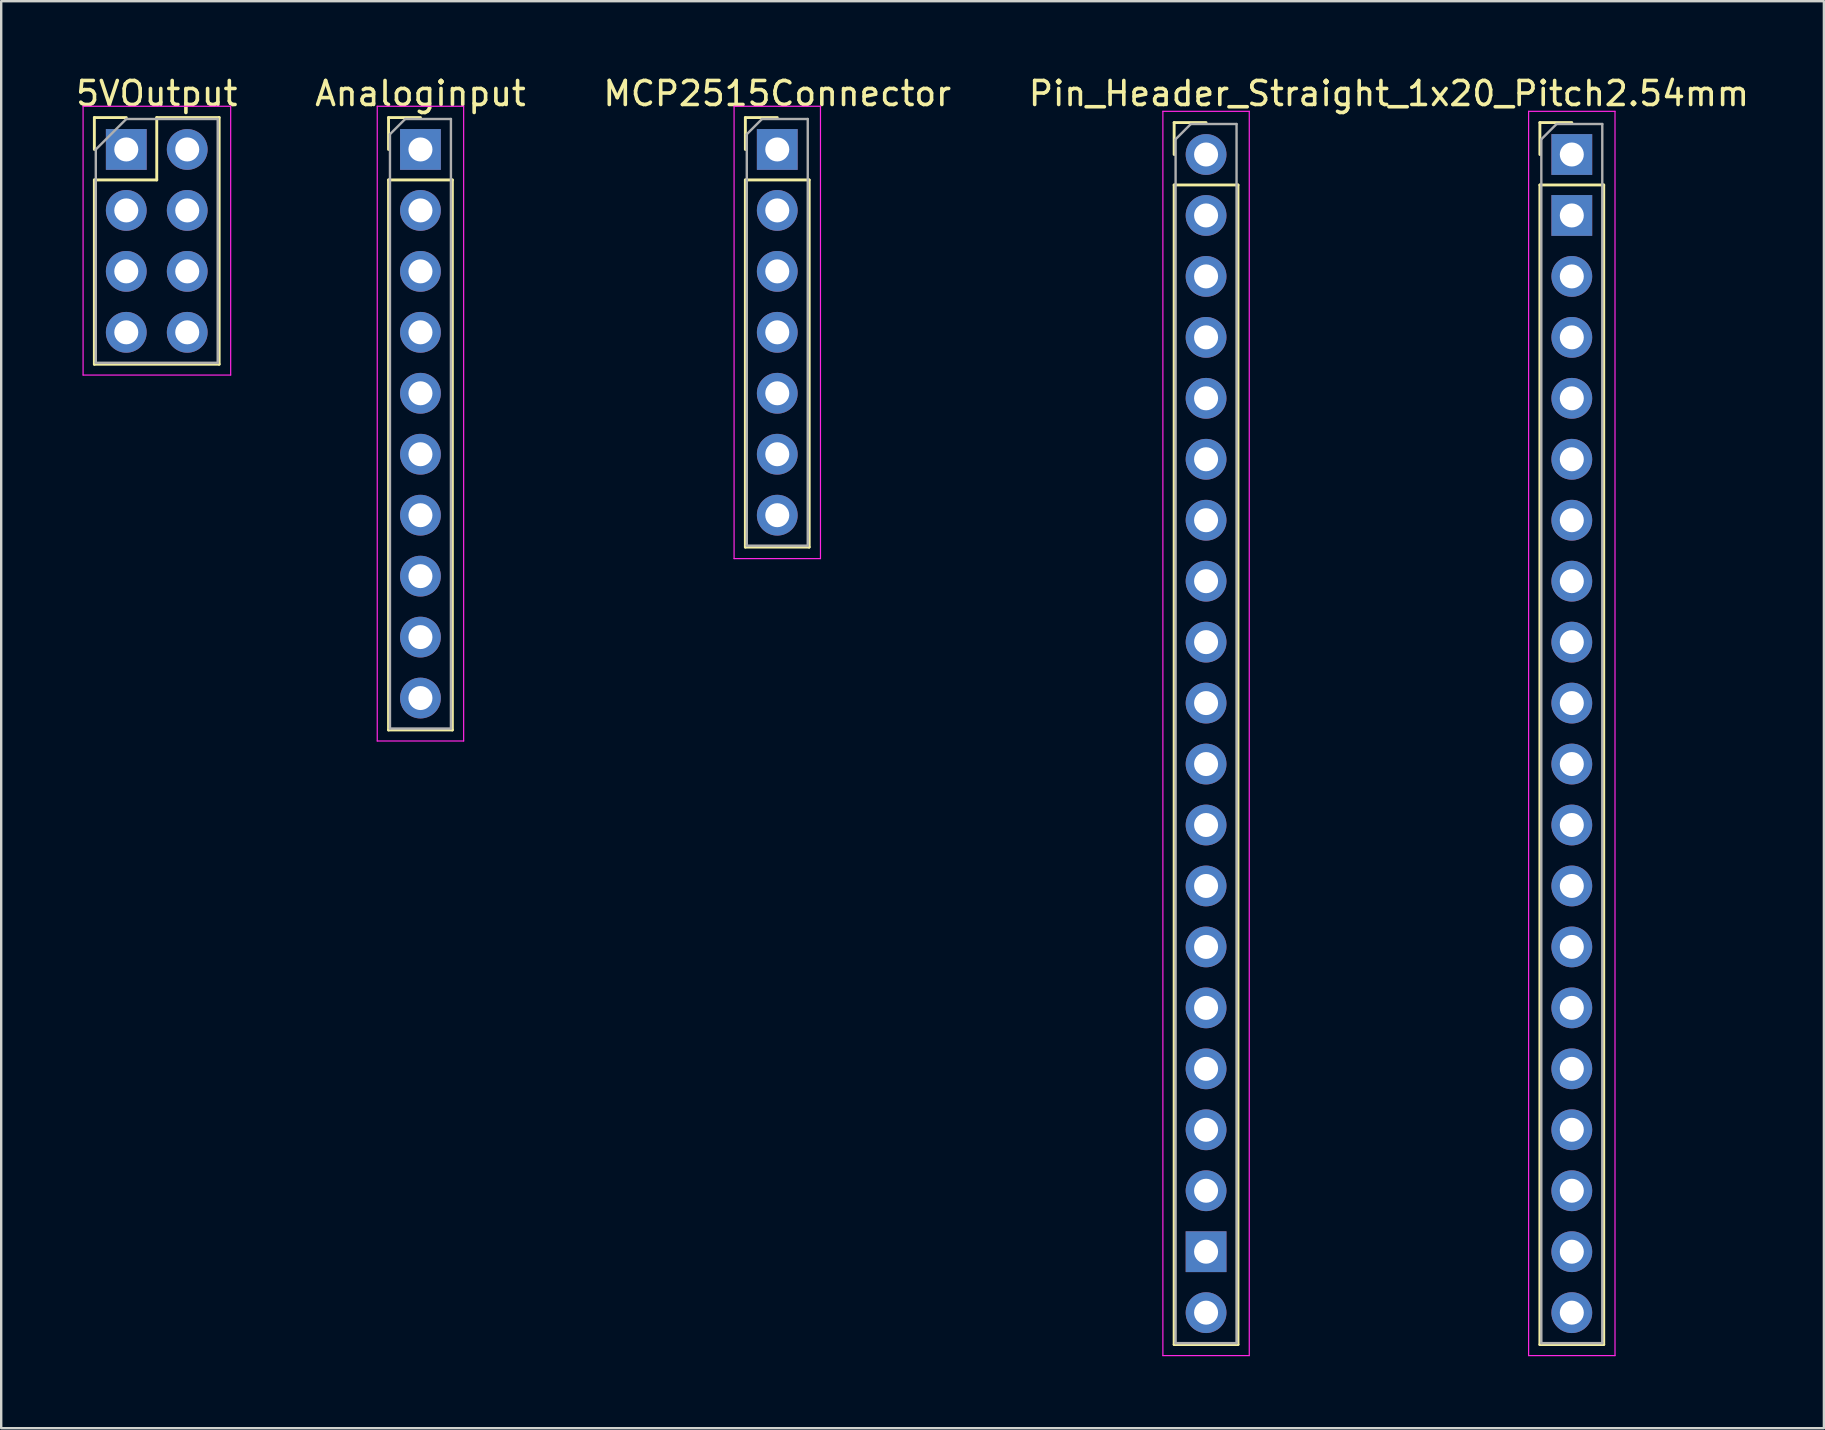
<source format=kicad_pcb>
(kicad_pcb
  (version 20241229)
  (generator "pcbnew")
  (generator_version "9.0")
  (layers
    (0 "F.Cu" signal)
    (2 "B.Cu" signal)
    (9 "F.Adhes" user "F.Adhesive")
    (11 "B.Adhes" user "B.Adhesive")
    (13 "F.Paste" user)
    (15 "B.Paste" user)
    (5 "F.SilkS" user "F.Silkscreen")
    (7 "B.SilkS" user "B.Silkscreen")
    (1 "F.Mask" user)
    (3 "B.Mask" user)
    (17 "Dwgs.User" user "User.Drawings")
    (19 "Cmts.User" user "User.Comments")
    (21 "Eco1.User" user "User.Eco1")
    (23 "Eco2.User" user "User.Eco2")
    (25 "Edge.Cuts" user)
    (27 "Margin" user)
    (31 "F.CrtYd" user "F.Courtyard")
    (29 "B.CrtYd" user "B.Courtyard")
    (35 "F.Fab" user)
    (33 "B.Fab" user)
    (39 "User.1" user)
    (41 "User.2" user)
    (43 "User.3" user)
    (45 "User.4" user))
  (footprint "5VOutput"
    (layer "F.Cu")
    (at 2.212 3.178)
    (property "Reference" "5VOutput" (at 1.27 -2.33 0) (layer "F.SilkS") (effects (font (size 1 1) (thickness 0.15))))
    (attr through_hole)
    (fp_line (start -1.33 -1.33) (end 0 -1.33) (stroke (width 0.12) (type solid)) (layer "F.SilkS"))
    (fp_line (start -1.33 0) (end -1.33 -1.33) (stroke (width 0.12) (type solid)) (layer "F.SilkS"))
    (fp_line (start -1.33 1.27) (end -1.33 8.95) (stroke (width 0.12) (type solid)) (layer "F.SilkS"))
    (fp_line (start -1.33 1.27) (end 1.27 1.27) (stroke (width 0.12) (type solid)) (layer "F.SilkS"))
    (fp_line (start -1.33 8.95) (end 3.87 8.95) (stroke (width 0.12) (type solid)) (layer "F.SilkS"))
    (fp_line (start 1.27 -1.33) (end 3.87 -1.33) (stroke (width 0.12) (type solid)) (layer "F.SilkS"))
    (fp_line (start 1.27 1.27) (end 1.27 -1.33) (stroke (width 0.12) (type solid)) (layer "F.SilkS"))
    (fp_line (start 3.87 -1.33) (end 3.87 8.95) (stroke (width 0.12) (type solid)) (layer "F.SilkS"))
    (fp_line (start -1.8 -1.8) (end -1.8 9.4) (stroke (width 0.05) (type solid)) (layer "F.CrtYd"))
    (fp_line (start -1.8 9.4) (end 4.35 9.4) (stroke (width 0.05) (type solid)) (layer "F.CrtYd"))
    (fp_line (start 4.35 -1.8) (end -1.8 -1.8) (stroke (width 0.05) (type solid)) (layer "F.CrtYd"))
    (fp_line (start 4.35 9.4) (end 4.35 -1.8) (stroke (width 0.05) (type solid)) (layer "F.CrtYd"))
    (fp_line (start -1.27 0) (end 0 -1.27) (stroke (width 0.1) (type solid)) (layer "F.Fab"))
    (fp_line (start -1.27 8.89) (end -1.27 0) (stroke (width 0.1) (type solid)) (layer "F.Fab"))
    (fp_line (start 0 -1.27) (end 3.81 -1.27) (stroke (width 0.1) (type solid)) (layer "F.Fab"))
    (fp_line (start 3.81 -1.27) (end 3.81 8.89) (stroke (width 0.1) (type solid)) (layer "F.Fab"))
    (fp_line (start 3.81 8.89) (end -1.27 8.89) (stroke (width 0.1) (type solid)) (layer "F.Fab"))
    (pad "1a" thru_hole rect (at 0 0) (size 1.7 1.7) (drill 1) (layers "*.Cu" "*.Mask"))
    (pad "1b" thru_hole oval (at 2.54 0) (size 1.7 1.7) (drill 1) (layers "*.Cu" "*.Mask"))
    (pad "2a" thru_hole oval (at 0 2.54) (size 1.7 1.7) (drill 1) (layers "*.Cu" "*.Mask"))
    (pad "2b" thru_hole oval (at 2.54 2.54) (size 1.7 1.7) (drill 1) (layers "*.Cu" "*.Mask"))
    (pad "3a" thru_hole oval (at 0 5.08) (size 1.7 1.7) (drill 1) (layers "*.Cu" "*.Mask"))
    (pad "3b" thru_hole oval (at 2.54 5.08) (size 1.7 1.7) (drill 1) (layers "*.Cu" "*.Mask"))
    (pad "4a" thru_hole oval (at 0 7.62) (size 1.7 1.7) (drill 1) (layers "*.Cu" "*.Mask"))
    (pad "4b" thru_hole oval (at 2.54 7.62) (size 1.7 1.7) (drill 1) (layers "*.Cu" "*.Mask")))
  (footprint "Pin_Header_Straight_1x20_Pitch2.54mm"
    (layer "F.Cu")
    (at 62.447 3.388)
    (property "Reference" "Pin_Header_Straight_1x20_Pitch2.54mm" (at -7.62 -2.54 0) (layer "F.SilkS") (effects (font (size 1 1) (thickness 0.15))))
    (attr through_hole)
    (fp_line (start -16.57 -1.33) (end -15.24 -1.33) (stroke (width 0.12) (type solid)) (layer "F.SilkS"))
    (fp_line (start -16.57 0) (end -16.57 -1.33) (stroke (width 0.12) (type solid)) (layer "F.SilkS"))
    (fp_line (start -16.57 1.27) (end -16.57 49.59) (stroke (width 0.12) (type solid)) (layer "F.SilkS"))
    (fp_line (start -16.57 1.27) (end -13.91 1.27) (stroke (width 0.12) (type solid)) (layer "F.SilkS"))
    (fp_line (start -16.57 49.59) (end -13.91 49.59) (stroke (width 0.12) (type solid)) (layer "F.SilkS"))
    (fp_line (start -13.91 1.27) (end -13.91 49.59) (stroke (width 0.12) (type solid)) (layer "F.SilkS"))
    (fp_line (start -1.33 -1.33) (end 0 -1.33) (stroke (width 0.12) (type solid)) (layer "F.SilkS"))
    (fp_line (start -1.33 0) (end -1.33 -1.33) (stroke (width 0.12) (type solid)) (layer "F.SilkS"))
    (fp_line (start -1.33 1.27) (end -1.33 49.59) (stroke (width 0.12) (type solid)) (layer "F.SilkS"))
    (fp_line (start -1.33 1.27) (end 1.33 1.27) (stroke (width 0.12) (type solid)) (layer "F.SilkS"))
    (fp_line (start -1.33 49.59) (end 1.33 49.59) (stroke (width 0.12) (type solid)) (layer "F.SilkS"))
    (fp_line (start 1.33 1.27) (end 1.33 49.59) (stroke (width 0.12) (type solid)) (layer "F.SilkS"))
    (fp_line (start -17.04 -1.8) (end -17.04 50.05) (stroke (width 0.05) (type solid)) (layer "F.CrtYd"))
    (fp_line (start -17.04 50.05) (end -13.44 50.05) (stroke (width 0.05) (type solid)) (layer "F.CrtYd"))
    (fp_line (start -13.44 -1.8) (end -17.04 -1.8) (stroke (width 0.05) (type solid)) (layer "F.CrtYd"))
    (fp_line (start -13.44 50.05) (end -13.44 -1.8) (stroke (width 0.05) (type solid)) (layer "F.CrtYd"))
    (fp_line (start -1.8 -1.8) (end -1.8 50.05) (stroke (width 0.05) (type solid)) (layer "F.CrtYd"))
    (fp_line (start -1.8 50.05) (end 1.8 50.05) (stroke (width 0.05) (type solid)) (layer "F.CrtYd"))
    (fp_line (start 1.8 -1.8) (end -1.8 -1.8) (stroke (width 0.05) (type solid)) (layer "F.CrtYd"))
    (fp_line (start 1.8 50.05) (end 1.8 -1.8) (stroke (width 0.05) (type solid)) (layer "F.CrtYd"))
    (fp_line (start -16.51 -0.635) (end -15.875 -1.27) (stroke (width 0.1) (type solid)) (layer "F.Fab"))
    (fp_line (start -16.51 49.53) (end -16.51 -0.635) (stroke (width 0.1) (type solid)) (layer "F.Fab"))
    (fp_line (start -15.875 -1.27) (end -13.97 -1.27) (stroke (width 0.1) (type solid)) (layer "F.Fab"))
    (fp_line (start -13.97 -1.27) (end -13.97 49.53) (stroke (width 0.1) (type solid)) (layer "F.Fab"))
    (fp_line (start -13.97 49.53) (end -16.51 49.53) (stroke (width 0.1) (type solid)) (layer "F.Fab"))
    (fp_line (start -1.27 -0.635) (end -0.635 -1.27) (stroke (width 0.1) (type solid)) (layer "F.Fab"))
    (fp_line (start -1.27 49.53) (end -1.27 -0.635) (stroke (width 0.1) (type solid)) (layer "F.Fab"))
    (fp_line (start -0.635 -1.27) (end 1.27 -1.27) (stroke (width 0.1) (type solid)) (layer "F.Fab"))
    (fp_line (start 1.27 -1.27) (end 1.27 49.53) (stroke (width 0.1) (type solid)) (layer "F.Fab"))
    (fp_line (start 1.27 49.53) (end -1.27 49.53) (stroke (width 0.1) (type solid)) (layer "F.Fab"))
    (pad "3V3" thru_hole oval (at -15.24 48.26) (size 1.7 1.7) (drill 1) (layers "*.Cu" "*.Mask"))
    (pad "3V3" thru_hole oval (at 0 5.08) (size 1.7 1.7) (drill 1) (layers "*.Cu" "*.Mask"))
    (pad "5V" thru_hole oval (at -15.24 43.18) (size 1.7 1.7) (drill 1) (layers "*.Cu" "*.Mask"))
    (pad "GND" thru_hole rect (at -15.24 45.72) (size 1.7 1.7) (drill 1) (layers "*.Cu" "*.Mask"))
    (pad "GND" thru_hole rect (at 0 0) (size 1.7 1.7) (drill 1) (layers "*.Cu" "*.Mask"))
    (pad "GND" thru_hole rect (at 0 2.54) (size 1.7 1.7) (drill 1) (layers "*.Cu" "*.Mask"))
    (pad "PA0" thru_hole oval (at 0 38.1) (size 1.7 1.7) (drill 1) (layers "*.Cu" "*.Mask"))
    (pad "PA1" thru_hole oval (at 0 35.56) (size 1.7 1.7) (drill 1) (layers "*.Cu" "*.Mask"))
    (pad "PA2" thru_hole oval (at 0 33.02) (size 1.7 1.7) (drill 1) (layers "*.Cu" "*.Mask"))
    (pad "PA3" thru_hole oval (at 0 30.48) (size 1.7 1.7) (drill 1) (layers "*.Cu" "*.Mask"))
    (pad "PA4" thru_hole oval (at 0 27.94) (size 1.7 1.7) (drill 1) (layers "*.Cu" "*.Mask"))
    (pad "PA5" thru_hole oval (at 0 25.4) (size 1.7 1.7) (drill 1) (layers "*.Cu" "*.Mask"))
    (pad "PA6" thru_hole oval (at 0 22.86) (size 1.7 1.7) (drill 1) (layers "*.Cu" "*.Mask"))
    (pad "PA7" thru_hole oval (at 0 20.32) (size 1.7 1.7) (drill 1) (layers "*.Cu" "*.Mask"))
    (pad "PA8" thru_hole oval (at -15.24 10.16) (size 1.7 1.7) (drill 1) (layers "*.Cu" "*.Mask"))
    (pad "PA9" thru_hole oval (at -15.24 12.7) (size 1.7 1.7) (drill 1) (layers "*.Cu" "*.Mask"))
    (pad "PA10" thru_hole oval (at -15.24 15.24) (size 1.7 1.7) (drill 1) (layers "*.Cu" "*.Mask"))
    (pad "PA11" thru_hole oval (at -15.24 17.78) (size 1.7 1.7) (drill 1) (layers "*.Cu" "*.Mask"))
    (pad "PA12" thru_hole oval (at -15.24 20.32) (size 1.7 1.7) (drill 1) (layers "*.Cu" "*.Mask"))
    (pad "PA15" thru_hole oval (at -15.24 22.86) (size 1.7 1.7) (drill 1) (layers "*.Cu" "*.Mask"))
    (pad "PB0" thru_hole oval (at 0 17.78) (size 1.7 1.7) (drill 1) (layers "*.Cu" "*.Mask"))
    (pad "PB1" thru_hole oval (at 0 15.24) (size 1.7 1.7) (drill 1) (layers "*.Cu" "*.Mask"))
    (pad "PB3" thru_hole oval (at -15.24 25.4) (size 1.7 1.7) (drill 1) (layers "*.Cu" "*.Mask"))
    (pad "PB4" thru_hole oval (at -15.24 27.94) (size 1.7 1.7) (drill 1) (layers "*.Cu" "*.Mask"))
    (pad "PB5" thru_hole oval (at -15.24 30.48) (size 1.7 1.7) (drill 1) (layers "*.Cu" "*.Mask"))
    (pad "PB6" thru_hole oval (at -15.24 33.02) (size 1.7 1.7) (drill 1) (layers "*.Cu" "*.Mask"))
    (pad "PB7" thru_hole oval (at -15.24 35.56) (size 1.7 1.7) (drill 1) (layers "*.Cu" "*.Mask"))
    (pad "PB8" thru_hole oval (at -15.24 38.1) (size 1.7 1.7) (drill 1) (layers "*.Cu" "*.Mask"))
    (pad "PB9" thru_hole oval (at -15.24 40.64) (size 1.7 1.7) (drill 1) (layers "*.Cu" "*.Mask"))
    (pad "PB10" thru_hole oval (at 0 12.7) (size 1.7 1.7) (drill 1) (layers "*.Cu" "*.Mask"))
    (pad "PB11" thru_hole oval (at 0 10.16) (size 1.7 1.7) (drill 1) (layers "*.Cu" "*.Mask"))
    (pad "PB12" thru_hole circle (at -15.24 0) (size 1.7 1.7) (drill 1) (layers "*.Cu" "*.Mask"))
    (pad "PB13" thru_hole oval (at -15.24 2.54) (size 1.7 1.7) (drill 1) (layers "*.Cu" "*.Mask"))
    (pad "PB14" thru_hole oval (at -15.24 5.08) (size 1.7 1.7) (drill 1) (layers "*.Cu" "*.Mask"))
    (pad "PB15" thru_hole oval (at -15.24 7.62) (size 1.7 1.7) (drill 1) (layers "*.Cu" "*.Mask"))
    (pad "PC13" thru_hole oval (at 0 45.72) (size 1.7 1.7) (drill 1) (layers "*.Cu" "*.Mask"))
    (pad "PC14" thru_hole oval (at 0 43.18) (size 1.7 1.7) (drill 1) (layers "*.Cu" "*.Mask"))
    (pad "PC15" thru_hole oval (at 0 40.64) (size 1.7 1.7) (drill 1) (layers "*.Cu" "*.Mask"))
    (pad "RST" thru_hole oval (at 0 7.62) (size 1.7 1.7) (drill 1) (layers "*.Cu" "*.Mask"))
    (pad "VBAT" thru_hole oval (at 0 48.26) (size 1.7 1.7) (drill 1) (layers "*.Cu" "*.Mask")))
  (footprint "MCP2515Connector"
    (layer "F.Cu")
    (at 29.339 3.178)
    (property "Reference" "MCP2515Connector" (at 0 -2.33 0) (layer "F.SilkS") (effects (font (size 1 1) (thickness 0.15))))
    (attr through_hole)
    (fp_line (start -1.33 -1.33) (end 0 -1.33) (stroke (width 0.12) (type solid)) (layer "F.SilkS"))
    (fp_line (start -1.33 0) (end -1.33 -1.33) (stroke (width 0.12) (type solid)) (layer "F.SilkS"))
    (fp_line (start -1.33 1.27) (end -1.33 16.57) (stroke (width 0.12) (type solid)) (layer "F.SilkS"))
    (fp_line (start -1.33 1.27) (end 1.33 1.27) (stroke (width 0.12) (type solid)) (layer "F.SilkS"))
    (fp_line (start -1.33 16.57) (end 1.33 16.57) (stroke (width 0.12) (type solid)) (layer "F.SilkS"))
    (fp_line (start 1.33 1.27) (end 1.33 16.57) (stroke (width 0.12) (type solid)) (layer "F.SilkS"))
    (fp_line (start -1.8 -1.8) (end -1.8 17.05) (stroke (width 0.05) (type solid)) (layer "F.CrtYd"))
    (fp_line (start -1.8 17.05) (end 1.8 17.05) (stroke (width 0.05) (type solid)) (layer "F.CrtYd"))
    (fp_line (start 1.8 -1.8) (end -1.8 -1.8) (stroke (width 0.05) (type solid)) (layer "F.CrtYd"))
    (fp_line (start 1.8 17.05) (end 1.8 -1.8) (stroke (width 0.05) (type solid)) (layer "F.CrtYd"))
    (fp_line (start -1.27 -0.635) (end -0.635 -1.27) (stroke (width 0.1) (type solid)) (layer "F.Fab"))
    (fp_line (start -1.27 16.51) (end -1.27 -0.635) (stroke (width 0.1) (type solid)) (layer "F.Fab"))
    (fp_line (start -0.635 -1.27) (end 1.27 -1.27) (stroke (width 0.1) (type solid)) (layer "F.Fab"))
    (fp_line (start 1.27 -1.27) (end 1.27 16.51) (stroke (width 0.1) (type solid)) (layer "F.Fab"))
    (fp_line (start 1.27 16.51) (end -1.27 16.51) (stroke (width 0.1) (type solid)) (layer "F.Fab"))
    (pad "CS" thru_hole oval (at 0 10.16) (size 1.7 1.7) (drill 1) (layers "*.Cu" "*.Mask"))
    (pad "GND" thru_hole oval (at 0 12.7) (size 1.7 1.7) (drill 1) (layers "*.Cu" "*.Mask"))
    (pad "INT" thru_hole rect (at 0 0) (size 1.7 1.7) (drill 1) (layers "*.Cu" "*.Mask"))
    (pad "MISO" thru_hole oval (at 0 7.62) (size 1.7 1.7) (drill 1) (layers "*.Cu" "*.Mask"))
    (pad "MOSI" thru_hole oval (at 0 5.08) (size 1.7 1.7) (drill 1) (layers "*.Cu" "*.Mask"))
    (pad "SCK" thru_hole oval (at 0 2.54) (size 1.7 1.7) (drill 1) (layers "*.Cu" "*.Mask"))
    (pad "VCC" thru_hole oval (at 0 15.24) (size 1.7 1.7) (drill 1) (layers "*.Cu" "*.Mask")))
  (footprint "Analoginput"
    (layer "F.Cu")
    (at 14.47 3.178)
    (property "Reference" "Analoginput" (at 0 -2.33 0) (layer "F.SilkS") (effects (font (size 1 1) (thickness 0.15))))
    (attr through_hole)
    (fp_line (start -1.33 -1.33) (end 0 -1.33) (stroke (width 0.12) (type solid)) (layer "F.SilkS"))
    (fp_line (start -1.33 0) (end -1.33 -1.33) (stroke (width 0.12) (type solid)) (layer "F.SilkS"))
    (fp_line (start -1.33 1.27) (end -1.33 24.19) (stroke (width 0.12) (type solid)) (layer "F.SilkS"))
    (fp_line (start -1.33 1.27) (end 1.33 1.27) (stroke (width 0.12) (type solid)) (layer "F.SilkS"))
    (fp_line (start -1.33 24.19) (end 1.33 24.19) (stroke (width 0.12) (type solid)) (layer "F.SilkS"))
    (fp_line (start 1.33 1.27) (end 1.33 24.19) (stroke (width 0.12) (type solid)) (layer "F.SilkS"))
    (fp_line (start -1.8 -1.8) (end -1.8 24.65) (stroke (width 0.05) (type solid)) (layer "F.CrtYd"))
    (fp_line (start -1.8 24.65) (end 1.8 24.65) (stroke (width 0.05) (type solid)) (layer "F.CrtYd"))
    (fp_line (start 1.8 -1.8) (end -1.8 -1.8) (stroke (width 0.05) (type solid)) (layer "F.CrtYd"))
    (fp_line (start 1.8 24.65) (end 1.8 -1.8) (stroke (width 0.05) (type solid)) (layer "F.CrtYd"))
    (fp_line (start -1.27 -0.635) (end -0.635 -1.27) (stroke (width 0.1) (type solid)) (layer "F.Fab"))
    (fp_line (start -1.27 24.13) (end -1.27 -0.635) (stroke (width 0.1) (type solid)) (layer "F.Fab"))
    (fp_line (start -0.635 -1.27) (end 1.27 -1.27) (stroke (width 0.1) (type solid)) (layer "F.Fab"))
    (fp_line (start 1.27 -1.27) (end 1.27 24.13) (stroke (width 0.1) (type solid)) (layer "F.Fab"))
    (fp_line (start 1.27 24.13) (end -1.27 24.13) (stroke (width 0.1) (type solid)) (layer "F.Fab"))
    (pad "PA0" thru_hole oval (at 0 22.86) (size 1.7 1.7) (drill 1) (layers "*.Cu" "*.Mask"))
    (pad "PA1" thru_hole oval (at 0 20.32) (size 1.7 1.7) (drill 1) (layers "*.Cu" "*.Mask"))
    (pad "PA2" thru_hole oval (at 0 17.78) (size 1.7 1.7) (drill 1) (layers "*.Cu" "*.Mask"))
    (pad "PA3" thru_hole oval (at 0 15.24) (size 1.7 1.7) (drill 1) (layers "*.Cu" "*.Mask"))
    (pad "PA4" thru_hole oval (at 0 12.7) (size 1.7 1.7) (drill 1) (layers "*.Cu" "*.Mask"))
    (pad "PA5" thru_hole oval (at 0 10.16) (size 1.7 1.7) (drill 1) (layers "*.Cu" "*.Mask"))
    (pad "PA6" thru_hole oval (at 0 7.62) (size 1.7 1.7) (drill 1) (layers "*.Cu" "*.Mask"))
    (pad "PA7" thru_hole oval (at 0 5.08) (size 1.7 1.7) (drill 1) (layers "*.Cu" "*.Mask"))
    (pad "PB0" thru_hole oval (at 0 2.54) (size 1.7 1.7) (drill 1) (layers "*.Cu" "*.Mask"))
    (pad "PB1" thru_hole rect (at 0 0) (size 1.7 1.7) (drill 1) (layers "*.Cu" "*.Mask")))
  (gr_rect
    (start -3 -3)
    (end 72.952 56.463)
    (stroke (width 0.1) (type default))
    (fill no)
    (layer "Edge.Cuts")))
</source>
